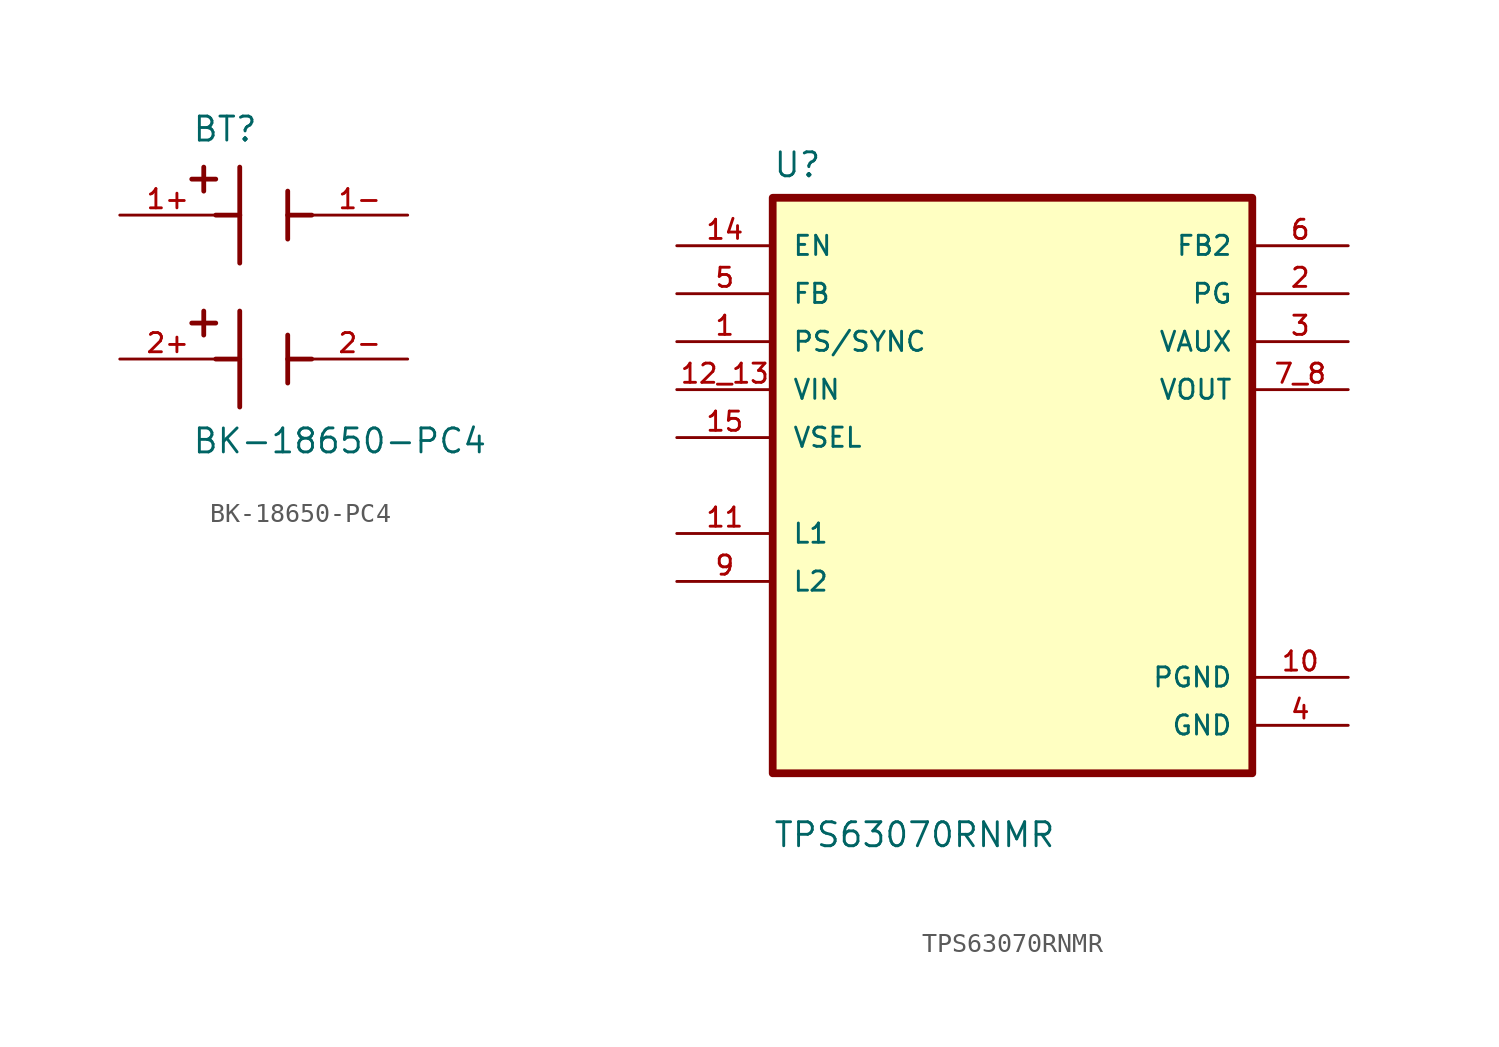
<source format=kicad_sym>
(kicad_symbol_lib
  (version 20241209)
  (generator "kicad_symbol_editor")
  (generator_version "9.0")
  (symbol "BK-18650-PC4"
    (pin_names
      (offset 1.016))
    (property "Reference" "BT"
      (at -3.81 6.35 0)
      (effects (font (size 1.27 1.27)) (justify left bottom)))
    (property "Value" "BK-18650-PC4"
      (at -3.81 -10.16 0)
      (effects (font (size 1.27 1.27)) (justify left bottom)))
    (symbol "BK-18650-PC4_0_0"
      (polyline (pts (xy -3.81 4.445) (xy -2.54 4.445)) (stroke (width 0.254) (type default)) (fill (type none)))
      (polyline (pts (xy -3.81 -3.175) (xy -2.54 -3.175)) (stroke (width 0.254) (type default)) (fill (type none)))
      (polyline (pts (xy -3.175 5.08) (xy -3.175 3.81)) (stroke (width 0.254) (type default)) (fill (type none)))
      (polyline (pts (xy -3.175 -2.54) (xy -3.175 -3.81)) (stroke (width 0.254) (type default)) (fill (type none)))
      (polyline (pts (xy -1.27 5.08) (xy -1.27 2.54)) (stroke (width 0.254) (type default)) (fill (type none)))
      (polyline (pts (xy -1.27 2.54) (xy -2.54 2.54)) (stroke (width 0.254) (type default)) (fill (type none)))
      (polyline (pts (xy -1.27 2.54) (xy -1.27 0)) (stroke (width 0.254) (type default)) (fill (type none)))
      (polyline (pts (xy -1.27 -2.54) (xy -1.27 -7.62)) (stroke (width 0.254) (type default)) (fill (type none)))
      (polyline (pts (xy -1.27 -5.08) (xy -2.54 -5.08)) (stroke (width 0.254) (type default)) (fill (type none)))
      (polyline (pts (xy 1.27 3.81) (xy 1.27 1.27)) (stroke (width 0.254) (type default)) (fill (type none)))
      (polyline (pts (xy 1.27 2.54) (xy 2.54 2.54)) (stroke (width 0.254) (type default)) (fill (type none)))
      (polyline (pts (xy 1.27 -3.81) (xy 1.27 -6.35)) (stroke (width 0.254) (type default)) (fill (type none)))
      (polyline (pts (xy 1.27 -5.08) (xy 2.54 -5.08)) (stroke (width 0.254) (type default)) (fill (type none)))
      (pin passive line (at -7.62 2.54 0) (length 5.08) (name "~" (effects (font (size 1.016 1.016)))) (number "1+" (effects (font (size 1.016 1.016)))))
      (pin passive line (at -7.62 -5.08 0) (length 5.08) (name "~" (effects (font (size 1.016 1.016)))) (number "2+" (effects (font (size 1.016 1.016)))))
      (pin passive line (at 7.62 2.54 180) (length 5.08) (name "~" (effects (font (size 1.016 1.016)))) (number "1-" (effects (font (size 1.016 1.016)))))
      (pin passive line (at 7.62 -5.08 180) (length 5.08) (name "~" (effects (font (size 1.016 1.016)))) (number "2-" (effects (font (size 1.016 1.016)))))))
  (symbol "TPS63070RNMR"
    (pin_names
      (offset 1.016))
    (property "Reference" "U"
      (at -12.7 16.24 0)
      (effects (font (size 1.27 1.27)) (justify left bottom)))
    (property "Value" "TPS63070RNMR"
      (at -12.7 -19.24 0)
      (effects (font (size 1.27 1.27)) (justify left bottom)))
    (symbol "TPS63070RNMR_0_0"
      (rectangle (start -12.7 -15.24) (end 12.7 15.24) (stroke (width 0.41) (type default)) (fill (type background)))
      (pin input line (at -17.78 12.7 0) (length 5.08) (name "EN" (effects (font (size 1.016 1.016)))) (number "14" (effects (font (size 1.016 1.016)))))
      (pin input line (at -17.78 10.16 0) (length 5.08) (name "FB" (effects (font (size 1.016 1.016)))) (number "5" (effects (font (size 1.016 1.016)))))
      (pin input line (at -17.78 7.62 0) (length 5.08) (name "PS/SYNC" (effects (font (size 1.016 1.016)))) (number "1" (effects (font (size 1.016 1.016)))))
      (pin input line (at -17.78 5.08 0) (length 5.08) (name "VIN" (effects (font (size 1.016 1.016)))) (number "12_13" (effects (font (size 1.016 1.016)))))
      (pin input line (at -17.78 2.54 0) (length 5.08) (name "VSEL" (effects (font (size 1.016 1.016)))) (number "15" (effects (font (size 1.016 1.016)))))
      (pin bidirectional line (at -17.78 -2.54 0) (length 5.08) (name "L1" (effects (font (size 1.016 1.016)))) (number "11" (effects (font (size 1.016 1.016)))))
      (pin bidirectional line (at -17.78 -5.08 0) (length 5.08) (name "L2" (effects (font (size 1.016 1.016)))) (number "9" (effects (font (size 1.016 1.016)))))
      (pin output line (at 17.78 12.7 180) (length 5.08) (name "FB2" (effects (font (size 1.016 1.016)))) (number "6" (effects (font (size 1.016 1.016)))))
      (pin output line (at 17.78 10.16 180) (length 5.08) (name "PG" (effects (font (size 1.016 1.016)))) (number "2" (effects (font (size 1.016 1.016)))))
      (pin output line (at 17.78 7.62 180) (length 5.08) (name "VAUX" (effects (font (size 1.016 1.016)))) (number "3" (effects (font (size 1.016 1.016)))))
      (pin output line (at 17.78 5.08 180) (length 5.08) (name "VOUT" (effects (font (size 1.016 1.016)))) (number "7_8" (effects (font (size 1.016 1.016)))))
      (pin power_in line (at 17.78 -10.16 180) (length 5.08) (name "PGND" (effects (font (size 1.016 1.016)))) (number "10" (effects (font (size 1.016 1.016)))))
      (pin power_in line (at 17.78 -12.7 180) (length 5.08) (name "GND" (effects (font (size 1.016 1.016)))) (number "4" (effects (font (size 1.016 1.016))))))))
</source>
